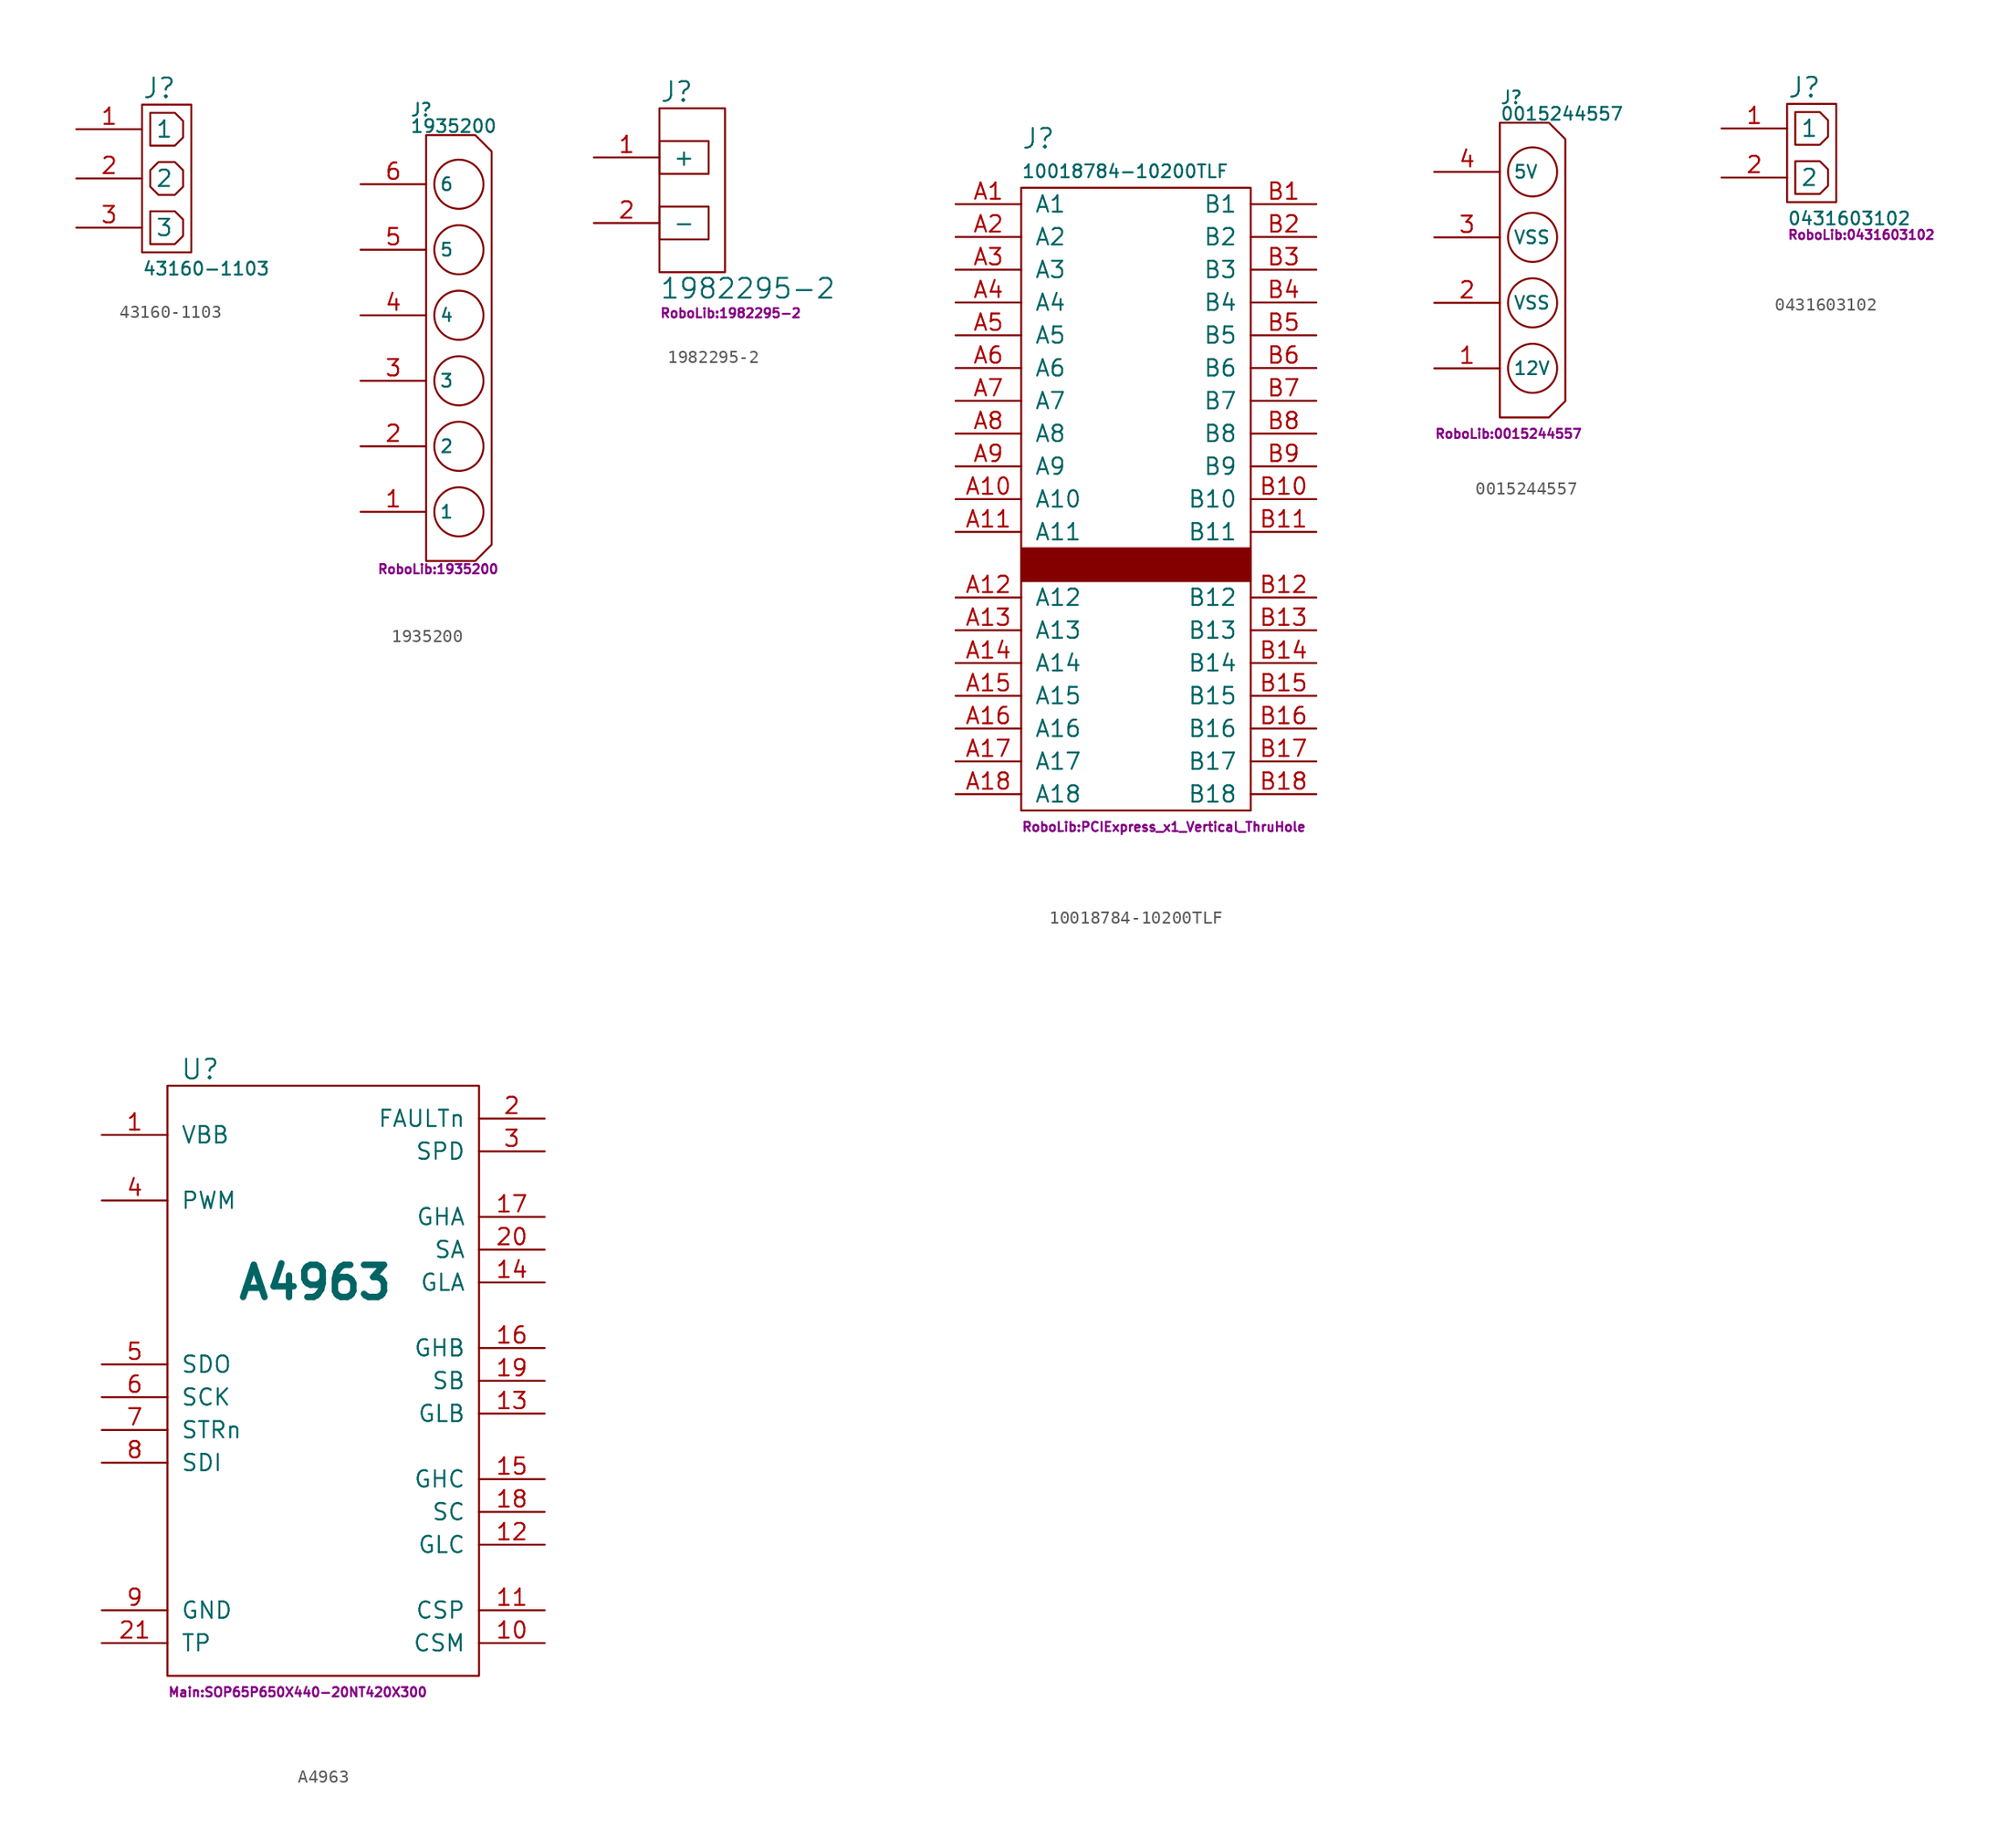
<source format=kicad_sym>
(kicad_symbol_lib
  (version 20211014)
  (generator kicad_symbol_editor)
  (symbol "43160-1103"
    (pin_names
      (offset 1.016))
    (property "Reference" "J"
      (at 0 13.97 0)
      (effects (font (size 1.524 1.524)) (justify left)))
    (property "Value" "43160-1103"
      (at 0 0 0)
      (effects (font (size 0.991 0.991)) (justify left)))
    (property "Footprint" ""
      (at 0 0 0)
      (effects (font (size 1.524 1.524))))
    (property "Datasheet" ""
      (at 0 0 0)
      (effects (font (size 1.524 1.524))))
    (symbol "43160-1103_0_1"
      (polyline (pts (xy 0.635 1.905) (xy 0.635 4.445) (xy 2.54 4.445) (xy 3.175 3.81) (xy 3.175 2.54) (xy 2.54 1.905) (xy 0.635 1.905)) (stroke (width 0) (type default) (color 0 0 0 0)) (fill (type none)))
      (polyline (pts (xy 0.635 9.525) (xy 0.635 12.065) (xy 2.54 12.065) (xy 3.175 11.43) (xy 3.175 10.16) (xy 2.54 9.525) (xy 0.635 9.525)) (stroke (width 0) (type default) (color 0 0 0 0)) (fill (type none)))
      (polyline (pts (xy 3.175 7.62) (xy 2.54 8.255) (xy 1.27 8.255) (xy 0.635 7.62) (xy 0.635 6.35) (xy 1.27 5.715) (xy 2.54 5.715) (xy 3.175 6.35) (xy 3.175 7.62)) (stroke (width 0) (type default) (color 0 0 0 0)) (fill (type none)))
      (rectangle (start 0 12.7) (end 3.81 1.27) (stroke (width 0) (type default) (color 0 0 0 0)) (fill (type none))))
    (symbol "43160-1103_1_1"
      (pin bidirectional line (at -5.08 10.795 0) (length 5.08) (name "1" (effects (font (size 1.27 1.27)))) (number "1" (effects (font (size 1.27 1.27)))))
      (pin bidirectional line (at -5.08 6.985 0) (length 5.08) (name "2" (effects (font (size 1.27 1.27)))) (number "2" (effects (font (size 1.27 1.27)))))
      (pin bidirectional line (at -5.08 3.175 0) (length 5.08) (name "3" (effects (font (size 1.27 1.27)))) (number "3" (effects (font (size 1.27 1.27)))))))
  (symbol "1935200"
    (pin_names
      (offset 1.016))
    (property "Reference" "J"
      (at -1.27 19.05 0)
      (effects (font (size 0.991 0.991)) (justify left top)))
    (property "Value" "1935200"
      (at -1.27 17.78 0)
      (effects (font (size 0.991 0.991)) (justify left top)))
    (property "Footprint" "RoboLib:1935200"
      (at -3.81 -17.145 0)
      (effects (font (size 0.711 0.711)) (justify left)))
    (property "Datasheet" ""
      (at 0 -5.08 0)
      (effects (font (size 0.991 0.991))))
    (symbol "1935200_0_1"
      (polyline (pts (xy 0 16.51) (xy 0 -16.51) (xy 3.81 -16.51) (xy 5.08 -15.24) (xy 5.08 15.24) (xy 3.81 16.51) (xy 0 16.51)) (stroke (width 0) (type default) (color 0 0 0 0)) (fill (type none)))
      (circle (center 2.54 -12.7) (radius 1.905) (stroke (width 0) (type default) (color 0 0 0 0)) (fill (type none)))
      (circle (center 2.54 -7.62) (radius 1.905) (stroke (width 0) (type default) (color 0 0 0 0)) (fill (type none)))
      (circle (center 2.54 -2.54) (radius 1.905) (stroke (width 0) (type default) (color 0 0 0 0)) (fill (type none)))
      (circle (center 2.54 2.54) (radius 1.905) (stroke (width 0) (type default) (color 0 0 0 0)) (fill (type none)))
      (circle (center 2.54 7.62) (radius 1.905) (stroke (width 0) (type default) (color 0 0 0 0)) (fill (type none)))
      (circle (center 2.54 12.7) (radius 1.905) (stroke (width 0) (type default) (color 0 0 0 0)) (fill (type none))))
    (symbol "1935200_1_1"
      (pin power_out line (at -5.08 -12.7 0) (length 5.08) (name "1" (effects (font (size 0.991 0.991)))) (number "1" (effects (font (size 1.27 1.27)))))
      (pin power_out line (at -5.08 -7.62 0) (length 5.08) (name "2" (effects (font (size 0.991 0.991)))) (number "2" (effects (font (size 1.27 1.27)))))
      (pin power_out line (at -5.08 -2.54 0) (length 5.08) (name "3" (effects (font (size 0.991 0.991)))) (number "3" (effects (font (size 1.27 1.27)))))
      (pin power_out line (at -5.08 2.54 0) (length 5.08) (name "4" (effects (font (size 0.991 0.991)))) (number "4" (effects (font (size 1.27 1.27)))))
      (pin power_out line (at -5.08 7.62 0) (length 5.08) (name "5" (effects (font (size 0.991 0.991)))) (number "5" (effects (font (size 1.27 1.27)))))
      (pin power_out line (at -5.08 12.7 0) (length 5.08) (name "6" (effects (font (size 0.991 0.991)))) (number "6" (effects (font (size 1.27 1.27)))))))
  (symbol "1982295-2"
    (pin_names
      (offset 1.016))
    (property "Reference" "J"
      (at 0 2.54 0)
      (effects (font (size 1.524 1.524)) (justify left)))
    (property "Value" "1982295-2"
      (at 0 -12.7 0)
      (effects (font (size 1.524 1.524)) (justify left)))
    (property "Footprint" "RoboLib:1982295-2"
      (at 0 -14.605 0)
      (effects (font (size 0.711 0.711)) (justify left)))
    (property "Datasheet" ""
      (at 0 0 0)
      (effects (font (size 1.524 1.524))))
    (symbol "1982295-2_0_1"
      (rectangle (start 0 -6.35) (end 3.81 -8.89) (stroke (width 0) (type default) (color 0 0 0 0)) (fill (type none)))
      (rectangle (start 0 -1.27) (end 3.81 -3.81) (stroke (width 0) (type default) (color 0 0 0 0)) (fill (type none)))
      (rectangle (start 0 1.27) (end 5.08 -11.43) (stroke (width 0) (type default) (color 0 0 0 0)) (fill (type none))))
    (symbol "1982295-2_1_1"
      (pin bidirectional line (at -5.08 -2.54 0) (length 5.08) (name "+" (effects (font (size 1.27 1.27)))) (number "1" (effects (font (size 1.27 1.27)))))
      (pin bidirectional line (at -5.08 -7.62 0) (length 5.08) (name "-" (effects (font (size 1.27 1.27)))) (number "2" (effects (font (size 1.27 1.27)))))))
  (symbol "10018784-10200TLF"
    (pin_names
      (offset 1.016))
    (property "Reference" "J"
      (at -8.89 33.02 0)
      (effects (font (size 1.524 1.524)) (justify left)))
    (property "Value" "10018784-10200TLF"
      (at -8.89 30.48 0)
      (effects (font (size 0.991 0.991)) (justify left)))
    (property "Footprint" "RoboLib:PCIExpress_x1_Vertical_ThruHole"
      (at -8.89 -20.32 0)
      (effects (font (size 0.711 0.711)) (justify left)))
    (property "Datasheet" ""
      (at -1.27 -2.54 0)
      (effects (font (size 1.524 1.524))))
    (symbol "10018784-10200TLF_0_1"
      (rectangle (start -8.89 1.27) (end 8.89 -1.27) (stroke (width 0) (type default) (color 0 0 0 0)) (fill (type outline)))
      (rectangle (start -8.89 29.21) (end 8.89 -19.05) (stroke (width 0) (type default) (color 0 0 0 0)) (fill (type none))))
    (symbol "10018784-10200TLF_1_1"
      (pin bidirectional line (at -13.97 27.94 0) (length 5.08) (name "A1" (effects (font (size 1.27 1.27)))) (number "A1" (effects (font (size 1.27 1.27)))))
      (pin bidirectional line (at -13.97 5.08 0) (length 5.08) (name "A10" (effects (font (size 1.27 1.27)))) (number "A10" (effects (font (size 1.27 1.27)))))
      (pin bidirectional line (at -13.97 2.54 0) (length 5.08) (name "A11" (effects (font (size 1.27 1.27)))) (number "A11" (effects (font (size 1.27 1.27)))))
      (pin bidirectional line (at -13.97 -2.54 0) (length 5.08) (name "A12" (effects (font (size 1.27 1.27)))) (number "A12" (effects (font (size 1.27 1.27)))))
      (pin bidirectional line (at -13.97 -5.08 0) (length 5.08) (name "A13" (effects (font (size 1.27 1.27)))) (number "A13" (effects (font (size 1.27 1.27)))))
      (pin bidirectional line (at -13.97 -7.62 0) (length 5.08) (name "A14" (effects (font (size 1.27 1.27)))) (number "A14" (effects (font (size 1.27 1.27)))))
      (pin bidirectional line (at -13.97 -10.16 0) (length 5.08) (name "A15" (effects (font (size 1.27 1.27)))) (number "A15" (effects (font (size 1.27 1.27)))))
      (pin bidirectional line (at -13.97 -12.7 0) (length 5.08) (name "A16" (effects (font (size 1.27 1.27)))) (number "A16" (effects (font (size 1.27 1.27)))))
      (pin bidirectional line (at -13.97 -15.24 0) (length 5.08) (name "A17" (effects (font (size 1.27 1.27)))) (number "A17" (effects (font (size 1.27 1.27)))))
      (pin bidirectional line (at -13.97 -17.78 0) (length 5.08) (name "A18" (effects (font (size 1.27 1.27)))) (number "A18" (effects (font (size 1.27 1.27)))))
      (pin bidirectional line (at -13.97 25.4 0) (length 5.08) (name "A2" (effects (font (size 1.27 1.27)))) (number "A2" (effects (font (size 1.27 1.27)))))
      (pin bidirectional line (at -13.97 22.86 0) (length 5.08) (name "A3" (effects (font (size 1.27 1.27)))) (number "A3" (effects (font (size 1.27 1.27)))))
      (pin bidirectional line (at -13.97 20.32 0) (length 5.08) (name "A4" (effects (font (size 1.27 1.27)))) (number "A4" (effects (font (size 1.27 1.27)))))
      (pin bidirectional line (at -13.97 17.78 0) (length 5.08) (name "A5" (effects (font (size 1.27 1.27)))) (number "A5" (effects (font (size 1.27 1.27)))))
      (pin bidirectional line (at -13.97 15.24 0) (length 5.08) (name "A6" (effects (font (size 1.27 1.27)))) (number "A6" (effects (font (size 1.27 1.27)))))
      (pin bidirectional line (at -13.97 12.7 0) (length 5.08) (name "A7" (effects (font (size 1.27 1.27)))) (number "A7" (effects (font (size 1.27 1.27)))))
      (pin bidirectional line (at -13.97 10.16 0) (length 5.08) (name "A8" (effects (font (size 1.27 1.27)))) (number "A8" (effects (font (size 1.27 1.27)))))
      (pin bidirectional line (at -13.97 7.62 0) (length 5.08) (name "A9" (effects (font (size 1.27 1.27)))) (number "A9" (effects (font (size 1.27 1.27)))))
      (pin bidirectional line (at 13.97 27.94 180) (length 5.08) (name "B1" (effects (font (size 1.27 1.27)))) (number "B1" (effects (font (size 1.27 1.27)))))
      (pin bidirectional line (at 13.97 5.08 180) (length 5.08) (name "B10" (effects (font (size 1.27 1.27)))) (number "B10" (effects (font (size 1.27 1.27)))))
      (pin bidirectional line (at 13.97 2.54 180) (length 5.08) (name "B11" (effects (font (size 1.27 1.27)))) (number "B11" (effects (font (size 1.27 1.27)))))
      (pin bidirectional line (at 13.97 -2.54 180) (length 5.08) (name "B12" (effects (font (size 1.27 1.27)))) (number "B12" (effects (font (size 1.27 1.27)))))
      (pin bidirectional line (at 13.97 -5.08 180) (length 5.08) (name "B13" (effects (font (size 1.27 1.27)))) (number "B13" (effects (font (size 1.27 1.27)))))
      (pin bidirectional line (at 13.97 -7.62 180) (length 5.08) (name "B14" (effects (font (size 1.27 1.27)))) (number "B14" (effects (font (size 1.27 1.27)))))
      (pin bidirectional line (at 13.97 -10.16 180) (length 5.08) (name "B15" (effects (font (size 1.27 1.27)))) (number "B15" (effects (font (size 1.27 1.27)))))
      (pin bidirectional line (at 13.97 -12.7 180) (length 5.08) (name "B16" (effects (font (size 1.27 1.27)))) (number "B16" (effects (font (size 1.27 1.27)))))
      (pin bidirectional line (at 13.97 -15.24 180) (length 5.08) (name "B17" (effects (font (size 1.27 1.27)))) (number "B17" (effects (font (size 1.27 1.27)))))
      (pin bidirectional line (at 13.97 -17.78 180) (length 5.08) (name "B18" (effects (font (size 1.27 1.27)))) (number "B18" (effects (font (size 1.27 1.27)))))
      (pin bidirectional line (at 13.97 25.4 180) (length 5.08) (name "B2" (effects (font (size 1.27 1.27)))) (number "B2" (effects (font (size 1.27 1.27)))))
      (pin bidirectional line (at 13.97 22.86 180) (length 5.08) (name "B3" (effects (font (size 1.27 1.27)))) (number "B3" (effects (font (size 1.27 1.27)))))
      (pin bidirectional line (at 13.97 20.32 180) (length 5.08) (name "B4" (effects (font (size 1.27 1.27)))) (number "B4" (effects (font (size 1.27 1.27)))))
      (pin bidirectional line (at 13.97 17.78 180) (length 5.08) (name "B5" (effects (font (size 1.27 1.27)))) (number "B5" (effects (font (size 1.27 1.27)))))
      (pin bidirectional line (at 13.97 15.24 180) (length 5.08) (name "B6" (effects (font (size 1.27 1.27)))) (number "B6" (effects (font (size 1.27 1.27)))))
      (pin bidirectional line (at 13.97 12.7 180) (length 5.08) (name "B7" (effects (font (size 1.27 1.27)))) (number "B7" (effects (font (size 1.27 1.27)))))
      (pin bidirectional line (at 13.97 10.16 180) (length 5.08) (name "B8" (effects (font (size 1.27 1.27)))) (number "B8" (effects (font (size 1.27 1.27)))))
      (pin bidirectional line (at 13.97 7.62 180) (length 5.08) (name "B9" (effects (font (size 1.27 1.27)))) (number "B9" (effects (font (size 1.27 1.27)))))))
  (symbol "0015244557"
    (pin_names
      (offset 1.016))
    (property "Reference" "J"
      (at 0 13.97 0)
      (effects (font (size 0.991 0.991)) (justify left top)))
    (property "Value" "0015244557"
      (at 0 12.7 0)
      (effects (font (size 0.991 0.991)) (justify left top)))
    (property "Footprint" "RoboLib:0015244557"
      (at -5.08 -12.7 0)
      (effects (font (size 0.711 0.711)) (justify left)))
    (property "Datasheet" ""
      (at 0 -5.08 0)
      (effects (font (size 0.991 0.991))))
    (symbol "0015244557_0_1"
      (polyline (pts (xy 0 11.43) (xy 0 -11.43) (xy 3.81 -11.43) (xy 5.08 -10.16) (xy 5.08 10.16) (xy 3.81 11.43) (xy 0 11.43)) (stroke (width 0) (type default) (color 0 0 0 0)) (fill (type none)))
      (circle (center 2.54 -7.62) (radius 1.905) (stroke (width 0) (type default) (color 0 0 0 0)) (fill (type none)))
      (circle (center 2.54 -2.54) (radius 1.905) (stroke (width 0) (type default) (color 0 0 0 0)) (fill (type none)))
      (circle (center 2.54 2.54) (radius 1.905) (stroke (width 0) (type default) (color 0 0 0 0)) (fill (type none)))
      (circle (center 2.54 7.62) (radius 1.905) (stroke (width 0) (type default) (color 0 0 0 0)) (fill (type none))))
    (symbol "0015244557_1_1"
      (pin power_out line (at -5.08 -7.62 0) (length 5.08) (name "12V" (effects (font (size 0.991 0.991)))) (number "1" (effects (font (size 1.27 1.27)))))
      (pin power_out line (at -5.08 -2.54 0) (length 5.08) (name "VSS" (effects (font (size 0.991 0.991)))) (number "2" (effects (font (size 1.27 1.27)))))
      (pin power_out line (at -5.08 2.54 0) (length 5.08) (name "VSS" (effects (font (size 0.991 0.991)))) (number "3" (effects (font (size 1.27 1.27)))))
      (pin power_out line (at -5.08 7.62 0) (length 5.08) (name "5V" (effects (font (size 0.991 0.991)))) (number "4" (effects (font (size 1.27 1.27)))))))
  (symbol "0431603102"
    (pin_names
      (offset 1.016))
    (property "Reference" "J"
      (at 0 13.97 0)
      (effects (font (size 1.524 1.524)) (justify left)))
    (property "Value" "0431603102"
      (at 0 3.81 0)
      (effects (font (size 0.991 0.991)) (justify left)))
    (property "Footprint" "RoboLib:0431603102"
      (at 0 2.54 0)
      (effects (font (size 0.711 0.711)) (justify left)))
    (property "Datasheet" ""
      (at 0 0 0)
      (effects (font (size 1.524 1.524))))
    (symbol "0431603102_0_1"
      (polyline (pts (xy 0.635 5.715) (xy 0.635 8.255) (xy 2.54 8.255) (xy 3.175 7.62) (xy 3.175 6.35) (xy 2.54 5.715) (xy 0.635 5.715)) (stroke (width 0) (type default) (color 0 0 0 0)) (fill (type none)))
      (polyline (pts (xy 0.635 9.525) (xy 0.635 12.065) (xy 2.54 12.065) (xy 3.175 11.43) (xy 3.175 10.16) (xy 2.54 9.525) (xy 0.635 9.525)) (stroke (width 0) (type default) (color 0 0 0 0)) (fill (type none)))
      (rectangle (start 0 12.7) (end 3.81 5.08) (stroke (width 0) (type default) (color 0 0 0 0)) (fill (type none))))
    (symbol "0431603102_1_1"
      (pin bidirectional line (at -5.08 10.795 0) (length 5.08) (name "1" (effects (font (size 1.27 1.27)))) (number "1" (effects (font (size 1.27 1.27)))))
      (pin bidirectional line (at -5.08 6.985 0) (length 5.08) (name "2" (effects (font (size 1.27 1.27)))) (number "2" (effects (font (size 1.27 1.27)))))))
  (symbol "A4963"
    (pin_names
      (offset 1.016))
    (property "Reference" "U"
      (at -10.16 24.13 0)
      (effects (font (size 1.524 1.524))))
    (property "Value" "A4963"
      (at -1.27 7.62 0)
      (effects (font (size 2.489 2.489) bold)))
    (property "Footprint" "Main:SOP65P650X440-20NT420X300"
      (at -12.7 -24.13 0)
      (effects (font (size 0.711 0.711)) (justify left)))
    (property "Datasheet" ""
      (at -5.08 11.43 0)
      (effects (font (size 1.524 1.524))))
    (symbol "A4963_0_1"
      (rectangle (start 11.43 22.86) (end -12.7 -22.86) (stroke (width 0) (type default) (color 0 0 0 0)) (fill (type none))))
    (symbol "A4963_1_1"
      (pin power_in line (at -17.78 19.05 0) (length 5.08) (name "VBB" (effects (font (size 1.27 1.27)))) (number "1" (effects (font (size 1.27 1.27)))))
      (pin input line (at 16.51 -20.32 180) (length 5.08) (name "CSM" (effects (font (size 1.27 1.27)))) (number "10" (effects (font (size 1.27 1.27)))))
      (pin input line (at 16.51 -17.78 180) (length 5.08) (name "CSP" (effects (font (size 1.27 1.27)))) (number "11" (effects (font (size 1.27 1.27)))))
      (pin output line (at 16.51 -12.7 180) (length 5.08) (name "GLC" (effects (font (size 1.27 1.27)))) (number "12" (effects (font (size 1.27 1.27)))))
      (pin output line (at 16.51 -2.54 180) (length 5.08) (name "GLB" (effects (font (size 1.27 1.27)))) (number "13" (effects (font (size 1.27 1.27)))))
      (pin output line (at 16.51 7.62 180) (length 5.08) (name "GLA" (effects (font (size 1.27 1.27)))) (number "14" (effects (font (size 1.27 1.27)))))
      (pin output line (at 16.51 -7.62 180) (length 5.08) (name "GHC" (effects (font (size 1.27 1.27)))) (number "15" (effects (font (size 1.27 1.27)))))
      (pin output line (at 16.51 2.54 180) (length 5.08) (name "GHB" (effects (font (size 1.27 1.27)))) (number "16" (effects (font (size 1.27 1.27)))))
      (pin output line (at 16.51 12.7 180) (length 5.08) (name "GHA" (effects (font (size 1.27 1.27)))) (number "17" (effects (font (size 1.27 1.27)))))
      (pin input line (at 16.51 -10.16 180) (length 5.08) (name "SC" (effects (font (size 1.27 1.27)))) (number "18" (effects (font (size 1.27 1.27)))))
      (pin input line (at 16.51 0 180) (length 5.08) (name "SB" (effects (font (size 1.27 1.27)))) (number "19" (effects (font (size 1.27 1.27)))))
      (pin output line (at 16.51 20.32 180) (length 5.08) (name "FAULTn" (effects (font (size 1.27 1.27)))) (number "2" (effects (font (size 1.27 1.27)))))
      (pin input line (at 16.51 10.16 180) (length 5.08) (name "SA" (effects (font (size 1.27 1.27)))) (number "20" (effects (font (size 1.27 1.27)))))
      (pin power_in line (at -17.78 -20.32 0) (length 5.08) (name "TP" (effects (font (size 1.27 1.27)))) (number "21" (effects (font (size 1.27 1.27)))))
      (pin output line (at 16.51 17.78 180) (length 5.08) (name "SPD" (effects (font (size 1.27 1.27)))) (number "3" (effects (font (size 1.27 1.27)))))
      (pin input line (at -17.78 13.97 0) (length 5.08) (name "PWM" (effects (font (size 1.27 1.27)))) (number "4" (effects (font (size 1.27 1.27)))))
      (pin output line (at -17.78 1.27 0) (length 5.08) (name "SDO" (effects (font (size 1.27 1.27)))) (number "5" (effects (font (size 1.27 1.27)))))
      (pin input line (at -17.78 -1.27 0) (length 5.08) (name "SCK" (effects (font (size 1.27 1.27)))) (number "6" (effects (font (size 1.27 1.27)))))
      (pin input line (at -17.78 -3.81 0) (length 5.08) (name "STRn" (effects (font (size 1.27 1.27)))) (number "7" (effects (font (size 1.27 1.27)))))
      (pin input line (at -17.78 -6.35 0) (length 5.08) (name "SDI" (effects (font (size 1.27 1.27)))) (number "8" (effects (font (size 1.27 1.27)))))
      (pin power_in line (at -17.78 -17.78 0) (length 5.08) (name "GND" (effects (font (size 1.27 1.27)))) (number "9" (effects (font (size 1.27 1.27))))))))
</source>
